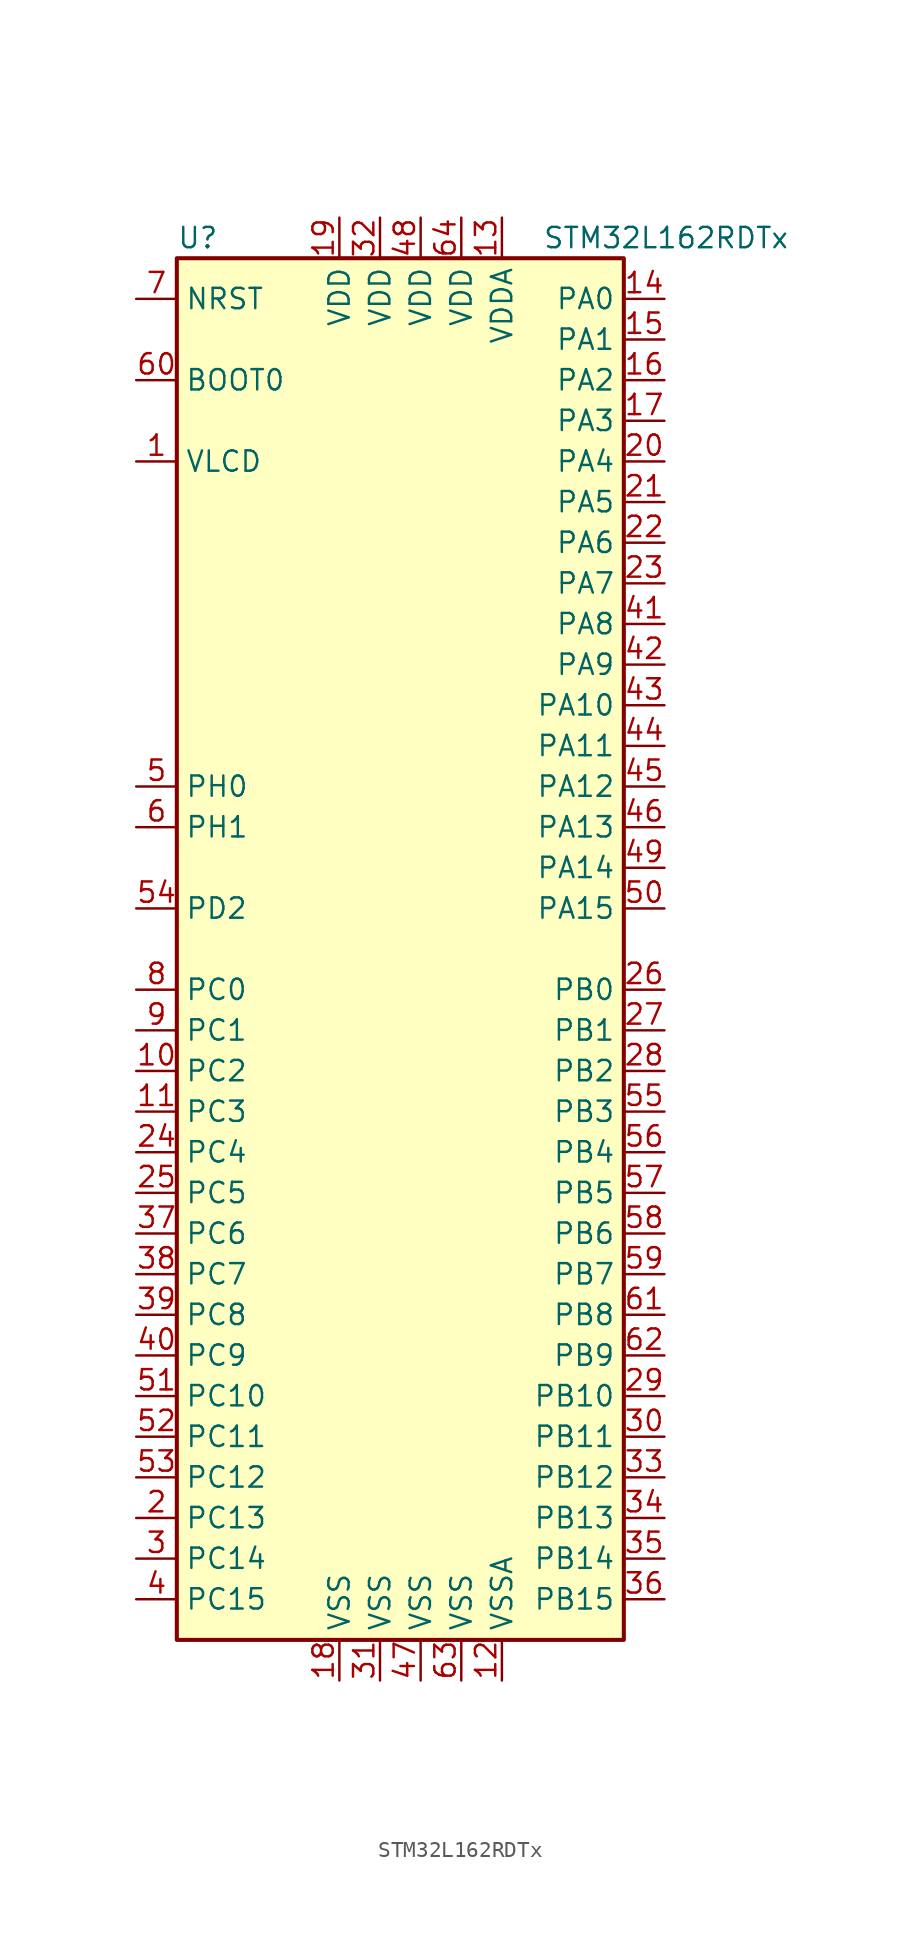
<source format=kicad_sym>
(kicad_symbol_lib
  (version 20201005)
  (generator kicad_symbol_editor)
  (symbol "STM32L162RDTx"
    (property "Reference" "U"
      (at -15.24 44.45 0)
      (effects (font (size 1.27 1.27)) (justify left)))
    (property "Value" "STM32L162RDTx"
      (at 7.62 44.45 0)
      (effects (font (size 1.27 1.27)) (justify left)))
    (symbol "STM32L162RDTx_0_1"
      (rectangle (start -15.24 -43.18) (end 12.7 43.18) (stroke (width 0.254)) (fill (type background))))
    (symbol "STM32L162RDTx_1_1"
      (pin input line (at -17.78 35.56 0) (length 2.54) (name "BOOT0" (effects (font (size 1.27 1.27)))) (number "60" (effects (font (size 1.27 1.27)))))
      (pin input line (at -17.78 40.64 0) (length 2.54) (name "NRST" (effects (font (size 1.27 1.27)))) (number "7" (effects (font (size 1.27 1.27)))))
      (pin bidirectional line (at 15.24 40.64 180) (length 2.54) (name "PA0" (effects (font (size 1.27 1.27)))) (number "14" (effects (font (size 1.27 1.27)))))
      (pin bidirectional line (at 15.24 38.1 180) (length 2.54) (name "PA1" (effects (font (size 1.27 1.27)))) (number "15" (effects (font (size 1.27 1.27)))))
      (pin bidirectional line (at 15.24 15.24 180) (length 2.54) (name "PA10" (effects (font (size 1.27 1.27)))) (number "43" (effects (font (size 1.27 1.27)))))
      (pin bidirectional line (at 15.24 12.7 180) (length 2.54) (name "PA11" (effects (font (size 1.27 1.27)))) (number "44" (effects (font (size 1.27 1.27)))))
      (pin bidirectional line (at 15.24 10.16 180) (length 2.54) (name "PA12" (effects (font (size 1.27 1.27)))) (number "45" (effects (font (size 1.27 1.27)))))
      (pin bidirectional line (at 15.24 7.62 180) (length 2.54) (name "PA13" (effects (font (size 1.27 1.27)))) (number "46" (effects (font (size 1.27 1.27)))))
      (pin bidirectional line (at 15.24 5.08 180) (length 2.54) (name "PA14" (effects (font (size 1.27 1.27)))) (number "49" (effects (font (size 1.27 1.27)))))
      (pin bidirectional line (at 15.24 2.54 180) (length 2.54) (name "PA15" (effects (font (size 1.27 1.27)))) (number "50" (effects (font (size 1.27 1.27)))))
      (pin bidirectional line (at 15.24 35.56 180) (length 2.54) (name "PA2" (effects (font (size 1.27 1.27)))) (number "16" (effects (font (size 1.27 1.27)))))
      (pin bidirectional line (at 15.24 33.02 180) (length 2.54) (name "PA3" (effects (font (size 1.27 1.27)))) (number "17" (effects (font (size 1.27 1.27)))))
      (pin bidirectional line (at 15.24 30.48 180) (length 2.54) (name "PA4" (effects (font (size 1.27 1.27)))) (number "20" (effects (font (size 1.27 1.27)))))
      (pin bidirectional line (at 15.24 27.94 180) (length 2.54) (name "PA5" (effects (font (size 1.27 1.27)))) (number "21" (effects (font (size 1.27 1.27)))))
      (pin bidirectional line (at 15.24 25.4 180) (length 2.54) (name "PA6" (effects (font (size 1.27 1.27)))) (number "22" (effects (font (size 1.27 1.27)))))
      (pin bidirectional line (at 15.24 22.86 180) (length 2.54) (name "PA7" (effects (font (size 1.27 1.27)))) (number "23" (effects (font (size 1.27 1.27)))))
      (pin bidirectional line (at 15.24 20.32 180) (length 2.54) (name "PA8" (effects (font (size 1.27 1.27)))) (number "41" (effects (font (size 1.27 1.27)))))
      (pin bidirectional line (at 15.24 17.78 180) (length 2.54) (name "PA9" (effects (font (size 1.27 1.27)))) (number "42" (effects (font (size 1.27 1.27)))))
      (pin bidirectional line (at 15.24 -2.54 180) (length 2.54) (name "PB0" (effects (font (size 1.27 1.27)))) (number "26" (effects (font (size 1.27 1.27)))))
      (pin bidirectional line (at 15.24 -5.08 180) (length 2.54) (name "PB1" (effects (font (size 1.27 1.27)))) (number "27" (effects (font (size 1.27 1.27)))))
      (pin bidirectional line (at 15.24 -27.94 180) (length 2.54) (name "PB10" (effects (font (size 1.27 1.27)))) (number "29" (effects (font (size 1.27 1.27)))))
      (pin bidirectional line (at 15.24 -30.48 180) (length 2.54) (name "PB11" (effects (font (size 1.27 1.27)))) (number "30" (effects (font (size 1.27 1.27)))))
      (pin bidirectional line (at 15.24 -33.02 180) (length 2.54) (name "PB12" (effects (font (size 1.27 1.27)))) (number "33" (effects (font (size 1.27 1.27)))))
      (pin bidirectional line (at 15.24 -35.56 180) (length 2.54) (name "PB13" (effects (font (size 1.27 1.27)))) (number "34" (effects (font (size 1.27 1.27)))))
      (pin bidirectional line (at 15.24 -38.1 180) (length 2.54) (name "PB14" (effects (font (size 1.27 1.27)))) (number "35" (effects (font (size 1.27 1.27)))))
      (pin bidirectional line (at 15.24 -40.64 180) (length 2.54) (name "PB15" (effects (font (size 1.27 1.27)))) (number "36" (effects (font (size 1.27 1.27)))))
      (pin bidirectional line (at 15.24 -7.62 180) (length 2.54) (name "PB2" (effects (font (size 1.27 1.27)))) (number "28" (effects (font (size 1.27 1.27)))))
      (pin bidirectional line (at 15.24 -10.16 180) (length 2.54) (name "PB3" (effects (font (size 1.27 1.27)))) (number "55" (effects (font (size 1.27 1.27)))))
      (pin bidirectional line (at 15.24 -12.7 180) (length 2.54) (name "PB4" (effects (font (size 1.27 1.27)))) (number "56" (effects (font (size 1.27 1.27)))))
      (pin bidirectional line (at 15.24 -15.24 180) (length 2.54) (name "PB5" (effects (font (size 1.27 1.27)))) (number "57" (effects (font (size 1.27 1.27)))))
      (pin bidirectional line (at 15.24 -17.78 180) (length 2.54) (name "PB6" (effects (font (size 1.27 1.27)))) (number "58" (effects (font (size 1.27 1.27)))))
      (pin bidirectional line (at 15.24 -20.32 180) (length 2.54) (name "PB7" (effects (font (size 1.27 1.27)))) (number "59" (effects (font (size 1.27 1.27)))))
      (pin bidirectional line (at 15.24 -22.86 180) (length 2.54) (name "PB8" (effects (font (size 1.27 1.27)))) (number "61" (effects (font (size 1.27 1.27)))))
      (pin bidirectional line (at 15.24 -25.4 180) (length 2.54) (name "PB9" (effects (font (size 1.27 1.27)))) (number "62" (effects (font (size 1.27 1.27)))))
      (pin bidirectional line (at -17.78 -2.54 0) (length 2.54) (name "PC0" (effects (font (size 1.27 1.27)))) (number "8" (effects (font (size 1.27 1.27)))))
      (pin bidirectional line (at -17.78 -5.08 0) (length 2.54) (name "PC1" (effects (font (size 1.27 1.27)))) (number "9" (effects (font (size 1.27 1.27)))))
      (pin bidirectional line (at -17.78 -27.94 0) (length 2.54) (name "PC10" (effects (font (size 1.27 1.27)))) (number "51" (effects (font (size 1.27 1.27)))))
      (pin bidirectional line (at -17.78 -30.48 0) (length 2.54) (name "PC11" (effects (font (size 1.27 1.27)))) (number "52" (effects (font (size 1.27 1.27)))))
      (pin bidirectional line (at -17.78 -33.02 0) (length 2.54) (name "PC12" (effects (font (size 1.27 1.27)))) (number "53" (effects (font (size 1.27 1.27)))))
      (pin bidirectional line (at -17.78 -35.56 0) (length 2.54) (name "PC13" (effects (font (size 1.27 1.27)))) (number "2" (effects (font (size 1.27 1.27)))))
      (pin bidirectional line (at -17.78 -38.1 0) (length 2.54) (name "PC14" (effects (font (size 1.27 1.27)))) (number "3" (effects (font (size 1.27 1.27)))))
      (pin bidirectional line (at -17.78 -40.64 0) (length 2.54) (name "PC15" (effects (font (size 1.27 1.27)))) (number "4" (effects (font (size 1.27 1.27)))))
      (pin bidirectional line (at -17.78 -7.62 0) (length 2.54) (name "PC2" (effects (font (size 1.27 1.27)))) (number "10" (effects (font (size 1.27 1.27)))))
      (pin bidirectional line (at -17.78 -10.16 0) (length 2.54) (name "PC3" (effects (font (size 1.27 1.27)))) (number "11" (effects (font (size 1.27 1.27)))))
      (pin bidirectional line (at -17.78 -12.7 0) (length 2.54) (name "PC4" (effects (font (size 1.27 1.27)))) (number "24" (effects (font (size 1.27 1.27)))))
      (pin bidirectional line (at -17.78 -15.24 0) (length 2.54) (name "PC5" (effects (font (size 1.27 1.27)))) (number "25" (effects (font (size 1.27 1.27)))))
      (pin bidirectional line (at -17.78 -17.78 0) (length 2.54) (name "PC6" (effects (font (size 1.27 1.27)))) (number "37" (effects (font (size 1.27 1.27)))))
      (pin bidirectional line (at -17.78 -20.32 0) (length 2.54) (name "PC7" (effects (font (size 1.27 1.27)))) (number "38" (effects (font (size 1.27 1.27)))))
      (pin bidirectional line (at -17.78 -22.86 0) (length 2.54) (name "PC8" (effects (font (size 1.27 1.27)))) (number "39" (effects (font (size 1.27 1.27)))))
      (pin bidirectional line (at -17.78 -25.4 0) (length 2.54) (name "PC9" (effects (font (size 1.27 1.27)))) (number "40" (effects (font (size 1.27 1.27)))))
      (pin bidirectional line (at -17.78 2.54 0) (length 2.54) (name "PD2" (effects (font (size 1.27 1.27)))) (number "54" (effects (font (size 1.27 1.27)))))
      (pin input line (at -17.78 10.16 0) (length 2.54) (name "PH0" (effects (font (size 1.27 1.27)))) (number "5" (effects (font (size 1.27 1.27)))))
      (pin input line (at -17.78 7.62 0) (length 2.54) (name "PH1" (effects (font (size 1.27 1.27)))) (number "6" (effects (font (size 1.27 1.27)))))
      (pin power_in line (at -5.08 45.72 270) (length 2.54) (name "VDD" (effects (font (size 1.27 1.27)))) (number "19" (effects (font (size 1.27 1.27)))))
      (pin power_in line (at -2.54 45.72 270) (length 2.54) (name "VDD" (effects (font (size 1.27 1.27)))) (number "32" (effects (font (size 1.27 1.27)))))
      (pin power_in line (at 0 45.72 270) (length 2.54) (name "VDD" (effects (font (size 1.27 1.27)))) (number "48" (effects (font (size 1.27 1.27)))))
      (pin power_in line (at 2.54 45.72 270) (length 2.54) (name "VDD" (effects (font (size 1.27 1.27)))) (number "64" (effects (font (size 1.27 1.27)))))
      (pin power_in line (at 5.08 45.72 270) (length 2.54) (name "VDDA" (effects (font (size 1.27 1.27)))) (number "13" (effects (font (size 1.27 1.27)))))
      (pin power_in line (at -17.78 30.48 0) (length 2.54) (name "VLCD" (effects (font (size 1.27 1.27)))) (number "1" (effects (font (size 1.27 1.27)))))
      (pin power_in line (at -5.08 -45.72 90) (length 2.54) (name "VSS" (effects (font (size 1.27 1.27)))) (number "18" (effects (font (size 1.27 1.27)))))
      (pin power_in line (at -2.54 -45.72 90) (length 2.54) (name "VSS" (effects (font (size 1.27 1.27)))) (number "31" (effects (font (size 1.27 1.27)))))
      (pin power_in line (at 0 -45.72 90) (length 2.54) (name "VSS" (effects (font (size 1.27 1.27)))) (number "47" (effects (font (size 1.27 1.27)))))
      (pin power_in line (at 2.54 -45.72 90) (length 2.54) (name "VSS" (effects (font (size 1.27 1.27)))) (number "63" (effects (font (size 1.27 1.27)))))
      (pin power_in line (at 5.08 -45.72 90) (length 2.54) (name "VSSA" (effects (font (size 1.27 1.27)))) (number "12" (effects (font (size 1.27 1.27))))))))
</source>
